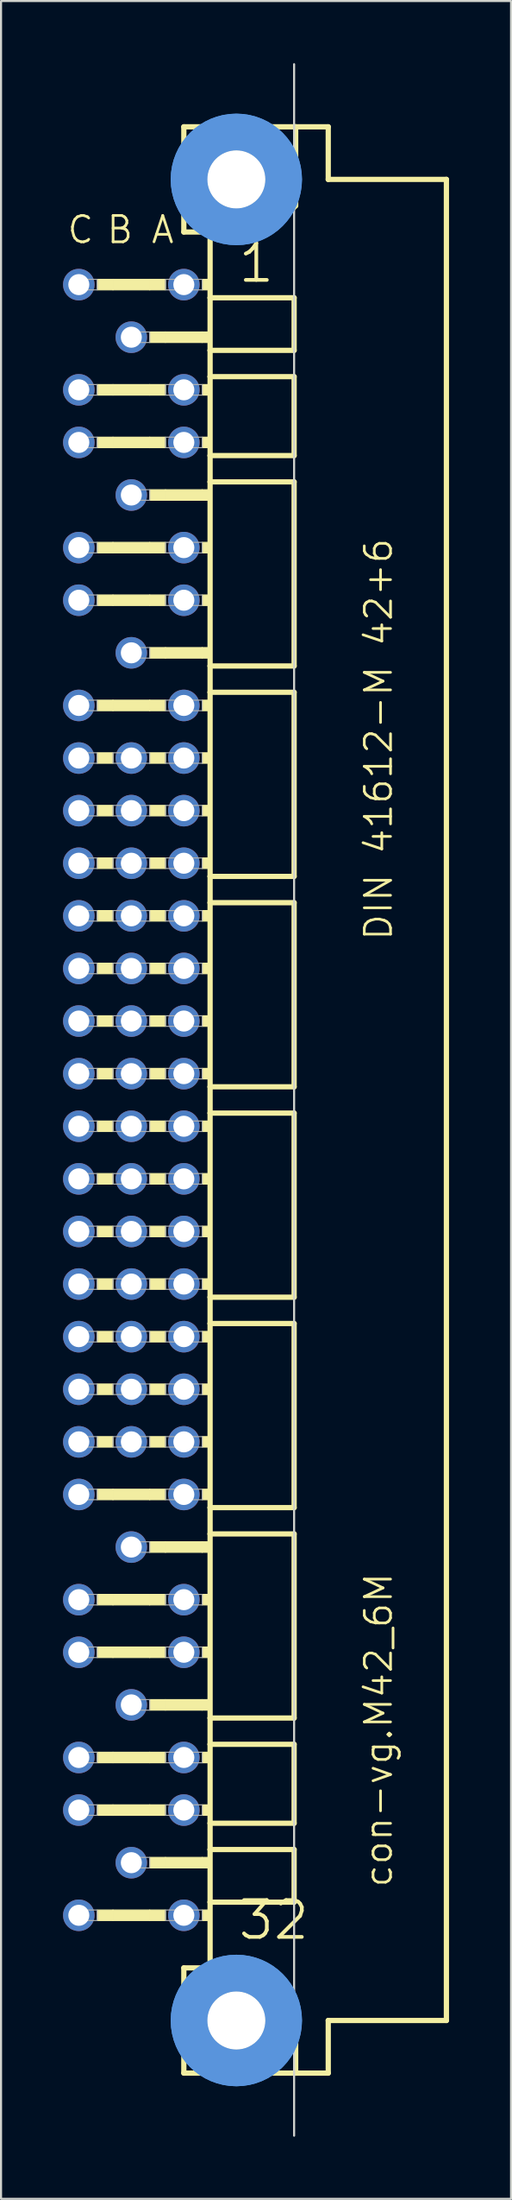
<source format=kicad_pcb>
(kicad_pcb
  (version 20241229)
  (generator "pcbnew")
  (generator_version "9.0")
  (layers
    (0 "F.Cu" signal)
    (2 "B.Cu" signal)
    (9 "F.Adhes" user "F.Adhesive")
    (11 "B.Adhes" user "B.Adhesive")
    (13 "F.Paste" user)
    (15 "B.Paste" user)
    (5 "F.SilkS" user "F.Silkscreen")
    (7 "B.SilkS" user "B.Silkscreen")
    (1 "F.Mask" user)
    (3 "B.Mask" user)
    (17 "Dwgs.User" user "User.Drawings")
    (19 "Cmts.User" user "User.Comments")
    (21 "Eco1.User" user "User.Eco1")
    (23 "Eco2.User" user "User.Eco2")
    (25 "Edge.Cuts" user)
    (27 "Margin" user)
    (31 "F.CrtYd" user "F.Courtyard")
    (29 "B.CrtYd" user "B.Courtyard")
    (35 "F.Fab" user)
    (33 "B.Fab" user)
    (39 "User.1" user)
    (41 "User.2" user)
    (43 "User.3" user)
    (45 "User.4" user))
  (footprint "con-vg.M42_6M"
    (layer "F.Cu")
    (at 8.382 50.063)
    (property "Reference" "con-vg.M42_6M" (at 7.62 38.1 90) (layer "F.SilkS") (effects (font (size 1.27 1.27) (thickness 0.13)) (justify left bottom)))
    (attr through_hole)
    (fp_line (start -2.54 -46.99) (end -2.54 -41.91) (stroke (width 0.254) (type default)) (layer "F.SilkS"))
    (fp_line (start -2.54 -41.91) (end -1.27 -41.91) (stroke (width 0.254) (type default)) (layer "F.SilkS"))
    (fp_line (start -2.54 41.91) (end -2.54 46.99) (stroke (width 0.254) (type default)) (layer "F.SilkS"))
    (fp_line (start -2.54 41.91) (end -1.27 41.91) (stroke (width 0.254) (type default)) (layer "F.SilkS"))
    (fp_line (start -2.54 46.99) (end 2.87 46.99) (stroke (width 0.254) (type default)) (layer "F.SilkS"))
    (fp_line (start -1.27 -41.91) (end -1.27 -38.735) (stroke (width 0.254) (type default)) (layer "F.SilkS"))
    (fp_line (start -1.27 -41.91) (end 1.6 -41.91) (stroke (width 0.254) (type default)) (layer "F.SilkS"))
    (fp_line (start -1.27 -38.735) (end -1.27 -36.195) (stroke (width 0.254) (type default)) (layer "F.SilkS"))
    (fp_line (start -1.27 -36.195) (end -1.27 -34.925) (stroke (width 0.254) (type default)) (layer "F.SilkS"))
    (fp_line (start -1.27 -34.925) (end -1.27 -31.115) (stroke (width 0.254) (type default)) (layer "F.SilkS"))
    (fp_line (start -1.27 -31.115) (end -1.27 -29.845) (stroke (width 0.254) (type default)) (layer "F.SilkS"))
    (fp_line (start -1.27 -29.845) (end -1.27 -20.955) (stroke (width 0.254) (type default)) (layer "F.SilkS"))
    (fp_line (start -1.27 -20.955) (end -1.27 -19.685) (stroke (width 0.254) (type default)) (layer "F.SilkS"))
    (fp_line (start -1.27 -19.685) (end -1.27 -10.795) (stroke (width 0.254) (type default)) (layer "F.SilkS"))
    (fp_line (start -1.27 -10.795) (end -1.27 -9.525) (stroke (width 0.254) (type default)) (layer "F.SilkS"))
    (fp_line (start -1.27 -9.525) (end -1.27 -0.635) (stroke (width 0.254) (type default)) (layer "F.SilkS"))
    (fp_line (start -1.27 -0.635) (end -1.27 0.635) (stroke (width 0.254) (type default)) (layer "F.SilkS"))
    (fp_line (start -1.27 0.635) (end -1.27 9.525) (stroke (width 0.254) (type default)) (layer "F.SilkS"))
    (fp_line (start -1.27 9.525) (end -1.27 10.795) (stroke (width 0.254) (type default)) (layer "F.SilkS"))
    (fp_line (start -1.27 10.795) (end -1.27 19.685) (stroke (width 0.254) (type default)) (layer "F.SilkS"))
    (fp_line (start -1.27 19.685) (end -1.27 20.955) (stroke (width 0.254) (type default)) (layer "F.SilkS"))
    (fp_line (start -1.27 20.955) (end -1.27 29.845) (stroke (width 0.254) (type default)) (layer "F.SilkS"))
    (fp_line (start -1.27 29.845) (end -1.27 31.115) (stroke (width 0.254) (type default)) (layer "F.SilkS"))
    (fp_line (start -1.27 31.115) (end -1.27 34.925) (stroke (width 0.254) (type default)) (layer "F.SilkS"))
    (fp_line (start -1.27 34.925) (end -1.27 36.195) (stroke (width 0.254) (type default)) (layer "F.SilkS"))
    (fp_line (start -1.27 36.195) (end -1.27 38.735) (stroke (width 0.254) (type default)) (layer "F.SilkS"))
    (fp_line (start -1.27 38.735) (end -1.27 41.91) (stroke (width 0.254) (type default)) (layer "F.SilkS"))
    (fp_line (start -1.27 41.91) (end 1.27 41.91) (stroke (width 0.254) (type default)) (layer "F.SilkS"))
    (fp_line (start 1.6 -41.91) (end 2.87 -43.18) (stroke (width 0.254) (type default)) (layer "F.SilkS"))
    (fp_line (start 2.794 -38.735) (end -1.27 -38.735) (stroke (width 0.254) (type default)) (layer "F.SilkS"))
    (fp_line (start 2.794 -38.735) (end 2.794 -36.195) (stroke (width 0.254) (type default)) (layer "F.SilkS"))
    (fp_line (start 2.794 -36.195) (end -1.27 -36.195) (stroke (width 0.254) (type default)) (layer "F.SilkS"))
    (fp_line (start 2.794 -34.925) (end -1.27 -34.925) (stroke (width 0.254) (type default)) (layer "F.SilkS"))
    (fp_line (start 2.794 -34.925) (end 2.794 -31.115) (stroke (width 0.254) (type default)) (layer "F.SilkS"))
    (fp_line (start 2.794 -31.115) (end -1.27 -31.115) (stroke (width 0.254) (type default)) (layer "F.SilkS"))
    (fp_line (start 2.794 -29.845) (end -1.27 -29.845) (stroke (width 0.254) (type default)) (layer "F.SilkS"))
    (fp_line (start 2.794 -29.845) (end 2.794 -20.955) (stroke (width 0.254) (type default)) (layer "F.SilkS"))
    (fp_line (start 2.794 -20.955) (end -1.27 -20.955) (stroke (width 0.254) (type default)) (layer "F.SilkS"))
    (fp_line (start 2.794 -19.685) (end -1.27 -19.685) (stroke (width 0.254) (type default)) (layer "F.SilkS"))
    (fp_line (start 2.794 -19.685) (end 2.794 -10.795) (stroke (width 0.254) (type default)) (layer "F.SilkS"))
    (fp_line (start 2.794 -10.795) (end -1.27 -10.795) (stroke (width 0.254) (type default)) (layer "F.SilkS"))
    (fp_line (start 2.794 -9.525) (end -1.27 -9.525) (stroke (width 0.254) (type default)) (layer "F.SilkS"))
    (fp_line (start 2.794 -9.525) (end 2.794 -0.635) (stroke (width 0.254) (type default)) (layer "F.SilkS"))
    (fp_line (start 2.794 -0.635) (end -1.27 -0.635) (stroke (width 0.254) (type default)) (layer "F.SilkS"))
    (fp_line (start 2.794 0.635) (end -1.27 0.635) (stroke (width 0.254) (type default)) (layer "F.SilkS"))
    (fp_line (start 2.794 0.635) (end 2.794 9.525) (stroke (width 0.254) (type default)) (layer "F.SilkS"))
    (fp_line (start 2.794 9.525) (end -1.27 9.525) (stroke (width 0.254) (type default)) (layer "F.SilkS"))
    (fp_line (start 2.794 10.795) (end -1.27 10.795) (stroke (width 0.254) (type default)) (layer "F.SilkS"))
    (fp_line (start 2.794 10.795) (end 2.794 19.685) (stroke (width 0.254) (type default)) (layer "F.SilkS"))
    (fp_line (start 2.794 19.685) (end -1.27 19.685) (stroke (width 0.254) (type default)) (layer "F.SilkS"))
    (fp_line (start 2.794 20.955) (end -1.27 20.955) (stroke (width 0.254) (type default)) (layer "F.SilkS"))
    (fp_line (start 2.794 20.955) (end 2.794 29.845) (stroke (width 0.254) (type default)) (layer "F.SilkS"))
    (fp_line (start 2.794 29.845) (end -1.27 29.845) (stroke (width 0.254) (type default)) (layer "F.SilkS"))
    (fp_line (start 2.794 31.115) (end -1.27 31.115) (stroke (width 0.254) (type default)) (layer "F.SilkS"))
    (fp_line (start 2.794 31.115) (end 2.794 34.925) (stroke (width 0.254) (type default)) (layer "F.SilkS"))
    (fp_line (start 2.794 34.925) (end -1.27 34.925) (stroke (width 0.254) (type default)) (layer "F.SilkS"))
    (fp_line (start 2.794 36.195) (end -1.27 36.195) (stroke (width 0.254) (type default)) (layer "F.SilkS"))
    (fp_line (start 2.794 36.195) (end 2.794 38.735) (stroke (width 0.254) (type default)) (layer "F.SilkS"))
    (fp_line (start 2.794 38.735) (end -1.27 38.735) (stroke (width 0.254) (type default)) (layer "F.SilkS"))
    (fp_line (start 2.87 -46.99) (end -2.54 -46.99) (stroke (width 0.254) (type default)) (layer "F.SilkS"))
    (fp_line (start 2.87 -43.18) (end 2.87 -46.99) (stroke (width 0.254) (type default)) (layer "F.SilkS"))
    (fp_line (start 2.87 43.51) (end 1.27 41.91) (stroke (width 0.254) (type default)) (layer "F.SilkS"))
    (fp_line (start 2.87 43.51) (end 2.87 46.99) (stroke (width 0.254) (type default)) (layer "F.SilkS"))
    (fp_line (start 2.87 46.99) (end 4.445 46.99) (stroke (width 0.254) (type default)) (layer "F.SilkS"))
    (fp_line (start 4.445 -46.99) (end 2.87 -46.99) (stroke (width 0.254) (type default)) (layer "F.SilkS"))
    (fp_line (start 4.445 -44.45) (end 4.445 -46.99) (stroke (width 0.254) (type default)) (layer "F.SilkS"))
    (fp_line (start 4.445 44.45) (end 10.16 44.45) (stroke (width 0.254) (type default)) (layer "F.SilkS"))
    (fp_line (start 4.445 46.99) (end 4.445 44.45) (stroke (width 0.254) (type default)) (layer "F.SilkS"))
    (fp_line (start 10.16 -44.45) (end 4.445 -44.45) (stroke (width 0.254) (type default)) (layer "F.SilkS"))
    (fp_line (start 10.16 44.45) (end 10.16 -44.45) (stroke (width 0.254) (type default)) (layer "F.SilkS"))
    (fp_rect (start -6.731 -39.116) (end -5.969 -39.624) (stroke (width 0.05) (type default)) (fill yes) (layer "F.SilkS"))
    (fp_rect (start -6.731 -34.036) (end -5.969 -34.544) (stroke (width 0.05) (type default)) (fill yes) (layer "F.SilkS"))
    (fp_rect (start -6.731 -31.496) (end -5.969 -32.004) (stroke (width 0.05) (type default)) (fill yes) (layer "F.SilkS"))
    (fp_rect (start -6.731 -26.416) (end -5.969 -26.924) (stroke (width 0.05) (type default)) (fill yes) (layer "F.SilkS"))
    (fp_rect (start -6.731 -23.876) (end -5.969 -24.384) (stroke (width 0.05) (type default)) (fill yes) (layer "F.SilkS"))
    (fp_rect (start -6.731 -18.796) (end -5.969 -19.304) (stroke (width 0.05) (type default)) (fill yes) (layer "F.SilkS"))
    (fp_rect (start -6.731 -16.256) (end -5.969 -16.764) (stroke (width 0.05) (type default)) (fill yes) (layer "F.SilkS"))
    (fp_rect (start -6.731 -13.716) (end -5.969 -14.224) (stroke (width 0.05) (type default)) (fill yes) (layer "F.SilkS"))
    (fp_rect (start -6.731 -11.176) (end -5.969 -11.684) (stroke (width 0.05) (type default)) (fill yes) (layer "F.SilkS"))
    (fp_rect (start -6.731 -8.636) (end -5.969 -9.144) (stroke (width 0.05) (type default)) (fill yes) (layer "F.SilkS"))
    (fp_rect (start -6.731 -6.096) (end -5.969 -6.604) (stroke (width 0.05) (type default)) (fill yes) (layer "F.SilkS"))
    (fp_rect (start -6.731 -3.556) (end -5.969 -4.064) (stroke (width 0.05) (type default)) (fill yes) (layer "F.SilkS"))
    (fp_rect (start -6.731 -1.016) (end -5.969 -1.524) (stroke (width 0.05) (type default)) (fill yes) (layer "F.SilkS"))
    (fp_rect (start -6.731 1.524) (end -5.969 1.016) (stroke (width 0.05) (type default)) (fill yes) (layer "F.SilkS"))
    (fp_rect (start -6.731 4.064) (end -5.969 3.556) (stroke (width 0.05) (type default)) (fill yes) (layer "F.SilkS"))
    (fp_rect (start -6.731 6.604) (end -5.969 6.096) (stroke (width 0.05) (type default)) (fill yes) (layer "F.SilkS"))
    (fp_rect (start -6.731 9.144) (end -5.969 8.636) (stroke (width 0.05) (type default)) (fill yes) (layer "F.SilkS"))
    (fp_rect (start -6.731 11.684) (end -5.969 11.176) (stroke (width 0.05) (type default)) (fill yes) (layer "F.SilkS"))
    (fp_rect (start -6.731 14.224) (end -5.969 13.716) (stroke (width 0.05) (type default)) (fill yes) (layer "F.SilkS"))
    (fp_rect (start -6.731 16.764) (end -5.969 16.256) (stroke (width 0.05) (type default)) (fill yes) (layer "F.SilkS"))
    (fp_rect (start -6.731 19.304) (end -5.969 18.796) (stroke (width 0.05) (type default)) (fill yes) (layer "F.SilkS"))
    (fp_rect (start -6.731 24.384) (end -5.969 23.876) (stroke (width 0.05) (type default)) (fill yes) (layer "F.SilkS"))
    (fp_rect (start -6.731 26.924) (end -5.969 26.416) (stroke (width 0.05) (type default)) (fill yes) (layer "F.SilkS"))
    (fp_rect (start -6.731 32.004) (end -5.969 31.496) (stroke (width 0.05) (type default)) (fill yes) (layer "F.SilkS"))
    (fp_rect (start -6.731 34.544) (end -5.969 34.036) (stroke (width 0.05) (type default)) (fill yes) (layer "F.SilkS"))
    (fp_rect (start -6.731 39.624) (end -5.969 39.116) (stroke (width 0.05) (type default)) (fill yes) (layer "F.SilkS"))
    (fp_rect (start -5.969 -39.116) (end -4.191 -39.624) (stroke (width 0.05) (type default)) (fill yes) (layer "F.SilkS"))
    (fp_rect (start -5.969 -34.036) (end -4.191 -34.544) (stroke (width 0.05) (type default)) (fill yes) (layer "F.SilkS"))
    (fp_rect (start -5.969 -31.496) (end -4.191 -32.004) (stroke (width 0.05) (type default)) (fill yes) (layer "F.SilkS"))
    (fp_rect (start -5.969 -26.416) (end -4.191 -26.924) (stroke (width 0.05) (type default)) (fill yes) (layer "F.SilkS"))
    (fp_rect (start -5.969 -23.876) (end -4.191 -24.384) (stroke (width 0.05) (type default)) (fill yes) (layer "F.SilkS"))
    (fp_rect (start -5.969 -18.796) (end -4.191 -19.304) (stroke (width 0.05) (type default)) (fill yes) (layer "F.SilkS"))
    (fp_rect (start -5.969 19.304) (end -4.191 18.796) (stroke (width 0.05) (type default)) (fill yes) (layer "F.SilkS"))
    (fp_rect (start -5.969 24.384) (end -4.191 23.876) (stroke (width 0.05) (type default)) (fill yes) (layer "F.SilkS"))
    (fp_rect (start -5.969 26.924) (end -4.191 26.416) (stroke (width 0.05) (type default)) (fill yes) (layer "F.SilkS"))
    (fp_rect (start -5.969 32.004) (end -4.191 31.496) (stroke (width 0.05) (type default)) (fill yes) (layer "F.SilkS"))
    (fp_rect (start -5.969 34.544) (end -4.191 34.036) (stroke (width 0.05) (type default)) (fill yes) (layer "F.SilkS"))
    (fp_rect (start -5.969 39.624) (end -4.191 39.116) (stroke (width 0.05) (type default)) (fill yes) (layer "F.SilkS"))
    (fp_rect (start -4.191 -39.116) (end -3.429 -39.624) (stroke (width 0.05) (type default)) (fill yes) (layer "F.SilkS"))
    (fp_rect (start -4.191 -36.576) (end -3.429 -37.084) (stroke (width 0.05) (type default)) (fill yes) (layer "F.SilkS"))
    (fp_rect (start -4.191 -34.036) (end -3.429 -34.544) (stroke (width 0.05) (type default)) (fill yes) (layer "F.SilkS"))
    (fp_rect (start -4.191 -31.496) (end -3.429 -32.004) (stroke (width 0.05) (type default)) (fill yes) (layer "F.SilkS"))
    (fp_rect (start -4.191 -28.956) (end -3.429 -29.464) (stroke (width 0.05) (type default)) (fill yes) (layer "F.SilkS"))
    (fp_rect (start -4.191 -26.416) (end -3.429 -26.924) (stroke (width 0.05) (type default)) (fill yes) (layer "F.SilkS"))
    (fp_rect (start -4.191 -23.876) (end -3.429 -24.384) (stroke (width 0.05) (type default)) (fill yes) (layer "F.SilkS"))
    (fp_rect (start -4.191 -21.336) (end -3.429 -21.844) (stroke (width 0.05) (type default)) (fill yes) (layer "F.SilkS"))
    (fp_rect (start -4.191 -18.796) (end -3.429 -19.304) (stroke (width 0.05) (type default)) (fill yes) (layer "F.SilkS"))
    (fp_rect (start -4.191 -16.256) (end -3.429 -16.764) (stroke (width 0.05) (type default)) (fill yes) (layer "F.SilkS"))
    (fp_rect (start -4.191 -13.716) (end -3.429 -14.224) (stroke (width 0.05) (type default)) (fill yes) (layer "F.SilkS"))
    (fp_rect (start -4.191 -11.176) (end -3.429 -11.684) (stroke (width 0.05) (type default)) (fill yes) (layer "F.SilkS"))
    (fp_rect (start -4.191 -8.636) (end -3.429 -9.144) (stroke (width 0.05) (type default)) (fill yes) (layer "F.SilkS"))
    (fp_rect (start -4.191 -6.096) (end -3.429 -6.604) (stroke (width 0.05) (type default)) (fill yes) (layer "F.SilkS"))
    (fp_rect (start -4.191 -3.556) (end -3.429 -4.064) (stroke (width 0.05) (type default)) (fill yes) (layer "F.SilkS"))
    (fp_rect (start -4.191 -1.016) (end -3.429 -1.524) (stroke (width 0.05) (type default)) (fill yes) (layer "F.SilkS"))
    (fp_rect (start -4.191 1.524) (end -3.429 1.016) (stroke (width 0.05) (type default)) (fill yes) (layer "F.SilkS"))
    (fp_rect (start -4.191 4.064) (end -3.429 3.556) (stroke (width 0.05) (type default)) (fill yes) (layer "F.SilkS"))
    (fp_rect (start -4.191 6.604) (end -3.429 6.096) (stroke (width 0.05) (type default)) (fill yes) (layer "F.SilkS"))
    (fp_rect (start -4.191 9.144) (end -3.429 8.636) (stroke (width 0.05) (type default)) (fill yes) (layer "F.SilkS"))
    (fp_rect (start -4.191 11.684) (end -3.429 11.176) (stroke (width 0.05) (type default)) (fill yes) (layer "F.SilkS"))
    (fp_rect (start -4.191 14.224) (end -3.429 13.716) (stroke (width 0.05) (type default)) (fill yes) (layer "F.SilkS"))
    (fp_rect (start -4.191 16.764) (end -3.429 16.256) (stroke (width 0.05) (type default)) (fill yes) (layer "F.SilkS"))
    (fp_rect (start -4.191 19.304) (end -3.429 18.796) (stroke (width 0.05) (type default)) (fill yes) (layer "F.SilkS"))
    (fp_rect (start -4.191 21.844) (end -3.429 21.336) (stroke (width 0.05) (type default)) (fill yes) (layer "F.SilkS"))
    (fp_rect (start -4.191 24.384) (end -3.429 23.876) (stroke (width 0.05) (type default)) (fill yes) (layer "F.SilkS"))
    (fp_rect (start -4.191 26.924) (end -3.429 26.416) (stroke (width 0.05) (type default)) (fill yes) (layer "F.SilkS"))
    (fp_rect (start -4.191 29.464) (end -3.429 28.956) (stroke (width 0.05) (type default)) (fill yes) (layer "F.SilkS"))
    (fp_rect (start -4.191 32.004) (end -3.429 31.496) (stroke (width 0.05) (type default)) (fill yes) (layer "F.SilkS"))
    (fp_rect (start -4.191 34.544) (end -3.429 34.036) (stroke (width 0.05) (type default)) (fill yes) (layer "F.SilkS"))
    (fp_rect (start -4.191 37.084) (end -3.429 36.576) (stroke (width 0.05) (type default)) (fill yes) (layer "F.SilkS"))
    (fp_rect (start -4.191 39.624) (end -3.429 39.116) (stroke (width 0.05) (type default)) (fill yes) (layer "F.SilkS"))
    (fp_rect (start -3.429 -36.576) (end -1.651 -37.084) (stroke (width 0.05) (type default)) (fill yes) (layer "F.SilkS"))
    (fp_rect (start -3.429 -28.956) (end -1.651 -29.464) (stroke (width 0.05) (type default)) (fill yes) (layer "F.SilkS"))
    (fp_rect (start -3.429 -21.336) (end -1.651 -21.844) (stroke (width 0.05) (type default)) (fill yes) (layer "F.SilkS"))
    (fp_rect (start -3.429 21.844) (end -1.651 21.336) (stroke (width 0.05) (type default)) (fill yes) (layer "F.SilkS"))
    (fp_rect (start -3.429 29.464) (end -1.651 28.956) (stroke (width 0.05) (type default)) (fill yes) (layer "F.SilkS"))
    (fp_rect (start -3.429 37.084) (end -1.651 36.576) (stroke (width 0.05) (type default)) (fill yes) (layer "F.SilkS"))
    (fp_rect (start -1.651 -39.116) (end -1.27 -39.624) (stroke (width 0.05) (type default)) (fill yes) (layer "F.SilkS"))
    (fp_rect (start -1.651 -36.576) (end -1.27 -37.084) (stroke (width 0.05) (type default)) (fill yes) (layer "F.SilkS"))
    (fp_rect (start -1.651 -34.036) (end -1.27 -34.544) (stroke (width 0.05) (type default)) (fill yes) (layer "F.SilkS"))
    (fp_rect (start -1.651 -31.496) (end -1.27 -32.004) (stroke (width 0.05) (type default)) (fill yes) (layer "F.SilkS"))
    (fp_rect (start -1.651 -28.956) (end -1.27 -29.464) (stroke (width 0.05) (type default)) (fill yes) (layer "F.SilkS"))
    (fp_rect (start -1.651 -26.416) (end -1.27 -26.924) (stroke (width 0.05) (type default)) (fill yes) (layer "F.SilkS"))
    (fp_rect (start -1.651 -23.876) (end -1.27 -24.384) (stroke (width 0.05) (type default)) (fill yes) (layer "F.SilkS"))
    (fp_rect (start -1.651 -21.336) (end -1.27 -21.844) (stroke (width 0.05) (type default)) (fill yes) (layer "F.SilkS"))
    (fp_rect (start -1.651 -18.796) (end -1.27 -19.304) (stroke (width 0.05) (type default)) (fill yes) (layer "F.SilkS"))
    (fp_rect (start -1.651 -16.256) (end -1.27 -16.764) (stroke (width 0.05) (type default)) (fill yes) (layer "F.SilkS"))
    (fp_rect (start -1.651 -13.716) (end -1.27 -14.224) (stroke (width 0.05) (type default)) (fill yes) (layer "F.SilkS"))
    (fp_rect (start -1.651 -11.176) (end -1.27 -11.684) (stroke (width 0.05) (type default)) (fill yes) (layer "F.SilkS"))
    (fp_rect (start -1.651 -8.636) (end -1.27 -9.144) (stroke (width 0.05) (type default)) (fill yes) (layer "F.SilkS"))
    (fp_rect (start -1.651 -6.096) (end -1.27 -6.604) (stroke (width 0.05) (type default)) (fill yes) (layer "F.SilkS"))
    (fp_rect (start -1.651 -3.556) (end -1.27 -4.064) (stroke (width 0.05) (type default)) (fill yes) (layer "F.SilkS"))
    (fp_rect (start -1.651 -1.016) (end -1.27 -1.524) (stroke (width 0.05) (type default)) (fill yes) (layer "F.SilkS"))
    (fp_rect (start -1.651 1.524) (end -1.27 1.016) (stroke (width 0.05) (type default)) (fill yes) (layer "F.SilkS"))
    (fp_rect (start -1.651 4.064) (end -1.27 3.556) (stroke (width 0.05) (type default)) (fill yes) (layer "F.SilkS"))
    (fp_rect (start -1.651 6.604) (end -1.27 6.096) (stroke (width 0.05) (type default)) (fill yes) (layer "F.SilkS"))
    (fp_rect (start -1.651 9.144) (end -1.27 8.636) (stroke (width 0.05) (type default)) (fill yes) (layer "F.SilkS"))
    (fp_rect (start -1.651 11.684) (end -1.27 11.176) (stroke (width 0.05) (type default)) (fill yes) (layer "F.SilkS"))
    (fp_rect (start -1.651 14.224) (end -1.27 13.716) (stroke (width 0.05) (type default)) (fill yes) (layer "F.SilkS"))
    (fp_rect (start -1.651 16.764) (end -1.27 16.256) (stroke (width 0.05) (type default)) (fill yes) (layer "F.SilkS"))
    (fp_rect (start -1.651 19.304) (end -1.27 18.796) (stroke (width 0.05) (type default)) (fill yes) (layer "F.SilkS"))
    (fp_rect (start -1.651 21.844) (end -1.27 21.336) (stroke (width 0.05) (type default)) (fill yes) (layer "F.SilkS"))
    (fp_rect (start -1.651 24.384) (end -1.27 23.876) (stroke (width 0.05) (type default)) (fill yes) (layer "F.SilkS"))
    (fp_rect (start -1.651 26.924) (end -1.27 26.416) (stroke (width 0.05) (type default)) (fill yes) (layer "F.SilkS"))
    (fp_rect (start -1.651 29.464) (end -1.27 28.956) (stroke (width 0.05) (type default)) (fill yes) (layer "F.SilkS"))
    (fp_rect (start -1.651 32.004) (end -1.27 31.496) (stroke (width 0.05) (type default)) (fill yes) (layer "F.SilkS"))
    (fp_rect (start -1.651 34.544) (end -1.27 34.036) (stroke (width 0.05) (type default)) (fill yes) (layer "F.SilkS"))
    (fp_rect (start -1.651 37.084) (end -1.27 36.576) (stroke (width 0.05) (type default)) (fill yes) (layer "F.SilkS"))
    (fp_rect (start -1.651 39.624) (end -1.27 39.116) (stroke (width 0.05) (type default)) (fill yes) (layer "F.SilkS"))
    (fp_circle (center 0 -44.45) (end 1.27 -44.45) (stroke (width 0.254) (type default)) (fill no) (layer "F.SilkS"))
    (fp_circle (center 0 44.45) (end 1.27 44.45) (stroke (width 0.254) (type default)) (fill no) (layer "F.SilkS"))
    (fp_circle (center 0 -44.45) (end 2.286 -44.45) (stroke (width 1.778) (type default)) (fill no) (layer "Cmts.User"))
    (fp_circle (center 0 -44.45) (end 2.286 -44.45) (stroke (width 1.778) (type default)) (fill no) (layer "Cmts.User"))
    (fp_circle (center 0 44.45) (end 2.286 44.45) (stroke (width 1.778) (type default)) (fill no) (layer "Cmts.User"))
    (fp_circle (center 0 44.45) (end 2.286 44.45) (stroke (width 1.778) (type default)) (fill no) (layer "Cmts.User"))
    (fp_line (start 2.794 50.013) (end 2.794 -50.013) (stroke (width 0.1) (type default)) (layer "Edge.Cuts"))
    (fp_rect (start -7.874 -39.116) (end -6.731 -39.624) (stroke (width 0.05) (type default)) (fill no) (layer "F.Fab"))
    (fp_rect (start -7.874 -34.036) (end -6.731 -34.544) (stroke (width 0.05) (type default)) (fill no) (layer "F.Fab"))
    (fp_rect (start -7.874 -31.496) (end -6.731 -32.004) (stroke (width 0.05) (type default)) (fill no) (layer "F.Fab"))
    (fp_rect (start -7.874 -26.416) (end -6.731 -26.924) (stroke (width 0.05) (type default)) (fill no) (layer "F.Fab"))
    (fp_rect (start -7.874 -23.876) (end -6.731 -24.384) (stroke (width 0.05) (type default)) (fill no) (layer "F.Fab"))
    (fp_rect (start -7.874 -18.796) (end -6.731 -19.304) (stroke (width 0.05) (type default)) (fill no) (layer "F.Fab"))
    (fp_rect (start -7.874 -16.256) (end -6.731 -16.764) (stroke (width 0.05) (type default)) (fill no) (layer "F.Fab"))
    (fp_rect (start -7.874 -13.716) (end -6.731 -14.224) (stroke (width 0.05) (type default)) (fill no) (layer "F.Fab"))
    (fp_rect (start -7.874 -11.176) (end -6.731 -11.684) (stroke (width 0.05) (type default)) (fill no) (layer "F.Fab"))
    (fp_rect (start -7.874 -8.636) (end -6.731 -9.144) (stroke (width 0.05) (type default)) (fill no) (layer "F.Fab"))
    (fp_rect (start -7.874 -6.096) (end -6.731 -6.604) (stroke (width 0.05) (type default)) (fill no) (layer "F.Fab"))
    (fp_rect (start -7.874 -3.556) (end -6.731 -4.064) (stroke (width 0.05) (type default)) (fill no) (layer "F.Fab"))
    (fp_rect (start -7.874 -1.016) (end -6.731 -1.524) (stroke (width 0.05) (type default)) (fill no) (layer "F.Fab"))
    (fp_rect (start -7.874 1.524) (end -6.731 1.016) (stroke (width 0.05) (type default)) (fill no) (layer "F.Fab"))
    (fp_rect (start -7.874 4.064) (end -6.731 3.556) (stroke (width 0.05) (type default)) (fill no) (layer "F.Fab"))
    (fp_rect (start -7.874 6.604) (end -6.731 6.096) (stroke (width 0.05) (type default)) (fill no) (layer "F.Fab"))
    (fp_rect (start -7.874 9.144) (end -6.731 8.636) (stroke (width 0.05) (type default)) (fill no) (layer "F.Fab"))
    (fp_rect (start -7.874 11.684) (end -6.731 11.176) (stroke (width 0.05) (type default)) (fill no) (layer "F.Fab"))
    (fp_rect (start -7.874 14.224) (end -6.731 13.716) (stroke (width 0.05) (type default)) (fill no) (layer "F.Fab"))
    (fp_rect (start -7.874 16.764) (end -6.731 16.256) (stroke (width 0.05) (type default)) (fill no) (layer "F.Fab"))
    (fp_rect (start -7.874 19.304) (end -6.731 18.796) (stroke (width 0.05) (type default)) (fill no) (layer "F.Fab"))
    (fp_rect (start -7.874 24.384) (end -6.731 23.876) (stroke (width 0.05) (type default)) (fill no) (layer "F.Fab"))
    (fp_rect (start -7.874 26.924) (end -6.731 26.416) (stroke (width 0.05) (type default)) (fill no) (layer "F.Fab"))
    (fp_rect (start -7.874 32.004) (end -6.731 31.496) (stroke (width 0.05) (type default)) (fill no) (layer "F.Fab"))
    (fp_rect (start -7.874 34.544) (end -6.731 34.036) (stroke (width 0.05) (type default)) (fill no) (layer "F.Fab"))
    (fp_rect (start -7.874 39.624) (end -6.731 39.116) (stroke (width 0.05) (type default)) (fill no) (layer "F.Fab"))
    (fp_rect (start -5.969 -16.256) (end -4.191 -16.764) (stroke (width 0.05) (type default)) (fill no) (layer "F.Fab"))
    (fp_rect (start -5.969 -13.716) (end -4.191 -14.224) (stroke (width 0.05) (type default)) (fill no) (layer "F.Fab"))
    (fp_rect (start -5.969 -11.176) (end -4.191 -11.684) (stroke (width 0.05) (type default)) (fill no) (layer "F.Fab"))
    (fp_rect (start -5.969 -8.636) (end -4.191 -9.144) (stroke (width 0.05) (type default)) (fill no) (layer "F.Fab"))
    (fp_rect (start -5.969 -6.096) (end -4.191 -6.604) (stroke (width 0.05) (type default)) (fill no) (layer "F.Fab"))
    (fp_rect (start -5.969 -3.556) (end -4.191 -4.064) (stroke (width 0.05) (type default)) (fill no) (layer "F.Fab"))
    (fp_rect (start -5.969 -1.016) (end -4.191 -1.524) (stroke (width 0.05) (type default)) (fill no) (layer "F.Fab"))
    (fp_rect (start -5.969 1.524) (end -4.191 1.016) (stroke (width 0.05) (type default)) (fill no) (layer "F.Fab"))
    (fp_rect (start -5.969 4.064) (end -4.191 3.556) (stroke (width 0.05) (type default)) (fill no) (layer "F.Fab"))
    (fp_rect (start -5.969 6.604) (end -4.191 6.096) (stroke (width 0.05) (type default)) (fill no) (layer "F.Fab"))
    (fp_rect (start -5.969 9.144) (end -4.191 8.636) (stroke (width 0.05) (type default)) (fill no) (layer "F.Fab"))
    (fp_rect (start -5.969 11.684) (end -4.191 11.176) (stroke (width 0.05) (type default)) (fill no) (layer "F.Fab"))
    (fp_rect (start -5.969 14.224) (end -4.191 13.716) (stroke (width 0.05) (type default)) (fill no) (layer "F.Fab"))
    (fp_rect (start -5.969 16.764) (end -4.191 16.256) (stroke (width 0.05) (type default)) (fill no) (layer "F.Fab"))
    (fp_rect (start -5.334 -36.576) (end -4.191 -37.084) (stroke (width 0.05) (type default)) (fill no) (layer "F.Fab"))
    (fp_rect (start -5.334 -28.956) (end -4.191 -29.464) (stroke (width 0.05) (type default)) (fill no) (layer "F.Fab"))
    (fp_rect (start -5.334 -21.336) (end -4.191 -21.844) (stroke (width 0.05) (type default)) (fill no) (layer "F.Fab"))
    (fp_rect (start -5.334 21.844) (end -4.191 21.336) (stroke (width 0.05) (type default)) (fill no) (layer "F.Fab"))
    (fp_rect (start -5.334 29.464) (end -4.191 28.956) (stroke (width 0.05) (type default)) (fill no) (layer "F.Fab"))
    (fp_rect (start -5.334 37.084) (end -4.191 36.576) (stroke (width 0.05) (type default)) (fill no) (layer "F.Fab"))
    (fp_rect (start -3.429 -39.116) (end -1.651 -39.624) (stroke (width 0.05) (type default)) (fill no) (layer "F.Fab"))
    (fp_rect (start -3.429 -34.036) (end -1.651 -34.544) (stroke (width 0.05) (type default)) (fill no) (layer "F.Fab"))
    (fp_rect (start -3.429 -31.496) (end -1.651 -32.004) (stroke (width 0.05) (type default)) (fill no) (layer "F.Fab"))
    (fp_rect (start -3.429 -26.416) (end -1.651 -26.924) (stroke (width 0.05) (type default)) (fill no) (layer "F.Fab"))
    (fp_rect (start -3.429 -23.876) (end -1.651 -24.384) (stroke (width 0.05) (type default)) (fill no) (layer "F.Fab"))
    (fp_rect (start -3.429 -18.796) (end -1.651 -19.304) (stroke (width 0.05) (type default)) (fill no) (layer "F.Fab"))
    (fp_rect (start -3.429 -16.256) (end -1.651 -16.764) (stroke (width 0.05) (type default)) (fill no) (layer "F.Fab"))
    (fp_rect (start -3.429 -13.716) (end -1.651 -14.224) (stroke (width 0.05) (type default)) (fill no) (layer "F.Fab"))
    (fp_rect (start -3.429 -11.176) (end -1.651 -11.684) (stroke (width 0.05) (type default)) (fill no) (layer "F.Fab"))
    (fp_rect (start -3.429 -8.636) (end -1.651 -9.144) (stroke (width 0.05) (type default)) (fill no) (layer "F.Fab"))
    (fp_rect (start -3.429 -6.096) (end -1.651 -6.604) (stroke (width 0.05) (type default)) (fill no) (layer "F.Fab"))
    (fp_rect (start -3.429 -3.556) (end -1.651 -4.064) (stroke (width 0.05) (type default)) (fill no) (layer "F.Fab"))
    (fp_rect (start -3.429 -1.016) (end -1.651 -1.524) (stroke (width 0.05) (type default)) (fill no) (layer "F.Fab"))
    (fp_rect (start -3.429 1.524) (end -1.651 1.016) (stroke (width 0.05) (type default)) (fill no) (layer "F.Fab"))
    (fp_rect (start -3.429 4.064) (end -1.651 3.556) (stroke (width 0.05) (type default)) (fill no) (layer "F.Fab"))
    (fp_rect (start -3.429 6.604) (end -1.651 6.096) (stroke (width 0.05) (type default)) (fill no) (layer "F.Fab"))
    (fp_rect (start -3.429 9.144) (end -1.651 8.636) (stroke (width 0.05) (type default)) (fill no) (layer "F.Fab"))
    (fp_rect (start -3.429 11.684) (end -1.651 11.176) (stroke (width 0.05) (type default)) (fill no) (layer "F.Fab"))
    (fp_rect (start -3.429 14.224) (end -1.651 13.716) (stroke (width 0.05) (type default)) (fill no) (layer "F.Fab"))
    (fp_rect (start -3.429 16.764) (end -1.651 16.256) (stroke (width 0.05) (type default)) (fill no) (layer "F.Fab"))
    (fp_rect (start -3.429 19.304) (end -1.651 18.796) (stroke (width 0.05) (type default)) (fill no) (layer "F.Fab"))
    (fp_rect (start -3.429 24.384) (end -1.651 23.876) (stroke (width 0.05) (type default)) (fill no) (layer "F.Fab"))
    (fp_rect (start -3.429 26.924) (end -1.651 26.416) (stroke (width 0.05) (type default)) (fill no) (layer "F.Fab"))
    (fp_rect (start -3.429 32.004) (end -1.651 31.496) (stroke (width 0.05) (type default)) (fill no) (layer "F.Fab"))
    (fp_rect (start -3.429 34.544) (end -1.651 34.036) (stroke (width 0.05) (type default)) (fill no) (layer "F.Fab"))
    (fp_rect (start -3.429 39.624) (end -1.651 39.116) (stroke (width 0.05) (type default)) (fill no) (layer "F.Fab"))
    (fp_text user "DIN 41612-M 42+6" (at 7.62 -7.62 90) (layer "F.SilkS") (effects (font (size 1.27 1.27) (thickness 0.13)) (justify left bottom)))
    (fp_text user "1" (at 0 -39.37 0) (layer "F.SilkS") (effects (font (size 1.778 1.778) (thickness 0.18)) (justify left bottom)))
    (fp_text user "C" (at -8.255 -41.275 0) (layer "F.SilkS") (effects (font (size 1.27 1.27) (thickness 0.13)) (justify left bottom)))
    (fp_text user "A" (at -4.191 -41.275 0) (layer "F.SilkS") (effects (font (size 1.27 1.27) (thickness 0.13)) (justify left bottom)))
    (fp_text user "B" (at -6.35 -41.275 0) (layer "F.SilkS") (effects (font (size 1.27 1.27) (thickness 0.13)) (justify left bottom)))
    (fp_text user "32" (at 0 40.64 0) (layer "F.SilkS") (effects (font (size 1.778 1.778) (thickness 0.18)) (justify left bottom)))
    (pad "" np_thru_hole circle (at 0 -44.45) (size 2.8 2.8) (drill 2.8) (layers "*.Cu" "*.Mask"))
    (pad "" np_thru_hole circle (at 0 44.45) (size 2.8 2.8) (drill 2.8) (layers "*.Cu" "*.Mask"))
    (pad "A1" thru_hole circle (at -2.54 -39.37) (size 1.524 1.524) (drill 1.016) (layers "*.Cu" "*.Mask"))
    (pad "A3" thru_hole circle (at -2.54 -34.29) (size 1.524 1.524) (drill 1.016) (layers "*.Cu" "*.Mask"))
    (pad "A4" thru_hole circle (at -2.54 -31.75) (size 1.524 1.524) (drill 1.016) (layers "*.Cu" "*.Mask"))
    (pad "A6" thru_hole circle (at -2.54 -26.67) (size 1.524 1.524) (drill 1.016) (layers "*.Cu" "*.Mask"))
    (pad "A7" thru_hole circle (at -2.54 -24.13) (size 1.524 1.524) (drill 1.016) (layers "*.Cu" "*.Mask"))
    (pad "A9" thru_hole circle (at -2.54 -19.05) (size 1.524 1.524) (drill 1.016) (layers "*.Cu" "*.Mask"))
    (pad "A10" thru_hole circle (at -2.54 -16.51) (size 1.524 1.524) (drill 1.016) (layers "*.Cu" "*.Mask"))
    (pad "A11" thru_hole circle (at -2.54 -13.97) (size 1.524 1.524) (drill 1.016) (layers "*.Cu" "*.Mask"))
    (pad "A12" thru_hole circle (at -2.54 -11.43) (size 1.524 1.524) (drill 1.016) (layers "*.Cu" "*.Mask"))
    (pad "A13" thru_hole circle (at -2.54 -8.89) (size 1.524 1.524) (drill 1.016) (layers "*.Cu" "*.Mask"))
    (pad "A14" thru_hole circle (at -2.54 -6.35) (size 1.524 1.524) (drill 1.016) (layers "*.Cu" "*.Mask"))
    (pad "A15" thru_hole circle (at -2.54 -3.81) (size 1.524 1.524) (drill 1.016) (layers "*.Cu" "*.Mask"))
    (pad "A16" thru_hole circle (at -2.54 -1.27) (size 1.524 1.524) (drill 1.016) (layers "*.Cu" "*.Mask"))
    (pad "A17" thru_hole circle (at -2.54 1.27) (size 1.524 1.524) (drill 1.016) (layers "*.Cu" "*.Mask"))
    (pad "A18" thru_hole circle (at -2.54 3.81) (size 1.524 1.524) (drill 1.016) (layers "*.Cu" "*.Mask"))
    (pad "A19" thru_hole circle (at -2.54 6.35) (size 1.524 1.524) (drill 1.016) (layers "*.Cu" "*.Mask"))
    (pad "A20" thru_hole circle (at -2.54 8.89) (size 1.524 1.524) (drill 1.016) (layers "*.Cu" "*.Mask"))
    (pad "A21" thru_hole circle (at -2.54 11.43) (size 1.524 1.524) (drill 1.016) (layers "*.Cu" "*.Mask"))
    (pad "A22" thru_hole circle (at -2.54 13.97) (size 1.524 1.524) (drill 1.016) (layers "*.Cu" "*.Mask"))
    (pad "A23" thru_hole circle (at -2.54 16.51) (size 1.524 1.524) (drill 1.016) (layers "*.Cu" "*.Mask"))
    (pad "A24" thru_hole circle (at -2.54 19.05) (size 1.524 1.524) (drill 1.016) (layers "*.Cu" "*.Mask"))
    (pad "A26" thru_hole circle (at -2.54 24.13) (size 1.524 1.524) (drill 1.016) (layers "*.Cu" "*.Mask"))
    (pad "A27" thru_hole circle (at -2.54 26.67) (size 1.524 1.524) (drill 1.016) (layers "*.Cu" "*.Mask"))
    (pad "A29" thru_hole circle (at -2.54 31.75) (size 1.524 1.524) (drill 1.016) (layers "*.Cu" "*.Mask"))
    (pad "A30" thru_hole circle (at -2.54 34.29) (size 1.524 1.524) (drill 1.016) (layers "*.Cu" "*.Mask"))
    (pad "A32" thru_hole circle (at -2.54 39.37) (size 1.524 1.524) (drill 1.016) (layers "*.Cu" "*.Mask"))
    (pad "B2" thru_hole circle (at -5.08 -36.83) (size 1.524 1.524) (drill 1.016) (layers "*.Cu" "*.Mask"))
    (pad "B5" thru_hole circle (at -5.08 -29.21) (size 1.524 1.524) (drill 1.016) (layers "*.Cu" "*.Mask"))
    (pad "B8" thru_hole circle (at -5.08 -21.59) (size 1.524 1.524) (drill 1.016) (layers "*.Cu" "*.Mask"))
    (pad "B10" thru_hole circle (at -5.08 -16.51) (size 1.524 1.524) (drill 1.016) (layers "*.Cu" "*.Mask"))
    (pad "B11" thru_hole circle (at -5.08 -13.97) (size 1.524 1.524) (drill 1.016) (layers "*.Cu" "*.Mask"))
    (pad "B12" thru_hole circle (at -5.08 -11.43) (size 1.524 1.524) (drill 1.016) (layers "*.Cu" "*.Mask"))
    (pad "B13" thru_hole circle (at -5.08 -8.89) (size 1.524 1.524) (drill 1.016) (layers "*.Cu" "*.Mask"))
    (pad "B14" thru_hole circle (at -5.08 -6.35) (size 1.524 1.524) (drill 1.016) (layers "*.Cu" "*.Mask"))
    (pad "B15" thru_hole circle (at -5.08 -3.81) (size 1.524 1.524) (drill 1.016) (layers "*.Cu" "*.Mask"))
    (pad "B16" thru_hole circle (at -5.08 -1.27) (size 1.524 1.524) (drill 1.016) (layers "*.Cu" "*.Mask"))
    (pad "B17" thru_hole circle (at -5.08 1.27) (size 1.524 1.524) (drill 1.016) (layers "*.Cu" "*.Mask"))
    (pad "B18" thru_hole circle (at -5.08 3.81) (size 1.524 1.524) (drill 1.016) (layers "*.Cu" "*.Mask"))
    (pad "B19" thru_hole circle (at -5.08 6.35) (size 1.524 1.524) (drill 1.016) (layers "*.Cu" "*.Mask"))
    (pad "B20" thru_hole circle (at -5.08 8.89) (size 1.524 1.524) (drill 1.016) (layers "*.Cu" "*.Mask"))
    (pad "B21" thru_hole circle (at -5.08 11.43) (size 1.524 1.524) (drill 1.016) (layers "*.Cu" "*.Mask"))
    (pad "B22" thru_hole circle (at -5.08 13.97) (size 1.524 1.524) (drill 1.016) (layers "*.Cu" "*.Mask"))
    (pad "B23" thru_hole circle (at -5.08 16.51) (size 1.524 1.524) (drill 1.016) (layers "*.Cu" "*.Mask"))
    (pad "B25" thru_hole circle (at -5.08 21.59) (size 1.524 1.524) (drill 1.016) (layers "*.Cu" "*.Mask"))
    (pad "B28" thru_hole circle (at -5.08 29.21) (size 1.524 1.524) (drill 1.016) (layers "*.Cu" "*.Mask"))
    (pad "B31" thru_hole circle (at -5.08 36.83) (size 1.524 1.524) (drill 1.016) (layers "*.Cu" "*.Mask"))
    (pad "C1" thru_hole circle (at -7.62 -39.37) (size 1.524 1.524) (drill 1.016) (layers "*.Cu" "*.Mask"))
    (pad "C3" thru_hole circle (at -7.62 -34.29) (size 1.524 1.524) (drill 1.016) (layers "*.Cu" "*.Mask"))
    (pad "C4" thru_hole circle (at -7.62 -31.75) (size 1.524 1.524) (drill 1.016) (layers "*.Cu" "*.Mask"))
    (pad "C6" thru_hole circle (at -7.62 -26.67) (size 1.524 1.524) (drill 1.016) (layers "*.Cu" "*.Mask"))
    (pad "C7" thru_hole circle (at -7.62 -24.13) (size 1.524 1.524) (drill 1.016) (layers "*.Cu" "*.Mask"))
    (pad "C9" thru_hole circle (at -7.62 -19.05) (size 1.524 1.524) (drill 1.016) (layers "*.Cu" "*.Mask"))
    (pad "C10" thru_hole circle (at -7.62 -16.51) (size 1.524 1.524) (drill 1.016) (layers "*.Cu" "*.Mask"))
    (pad "C11" thru_hole circle (at -7.62 -13.97) (size 1.524 1.524) (drill 1.016) (layers "*.Cu" "*.Mask"))
    (pad "C12" thru_hole circle (at -7.62 -11.43) (size 1.524 1.524) (drill 1.016) (layers "*.Cu" "*.Mask"))
    (pad "C13" thru_hole circle (at -7.62 -8.89) (size 1.524 1.524) (drill 1.016) (layers "*.Cu" "*.Mask"))
    (pad "C14" thru_hole circle (at -7.62 -6.35) (size 1.524 1.524) (drill 1.016) (layers "*.Cu" "*.Mask"))
    (pad "C15" thru_hole circle (at -7.62 -3.81) (size 1.524 1.524) (drill 1.016) (layers "*.Cu" "*.Mask"))
    (pad "C16" thru_hole circle (at -7.62 -1.27) (size 1.524 1.524) (drill 1.016) (layers "*.Cu" "*.Mask"))
    (pad "C17" thru_hole circle (at -7.62 1.27) (size 1.524 1.524) (drill 1.016) (layers "*.Cu" "*.Mask"))
    (pad "C18" thru_hole circle (at -7.62 3.81) (size 1.524 1.524) (drill 1.016) (layers "*.Cu" "*.Mask"))
    (pad "C19" thru_hole circle (at -7.62 6.35) (size 1.524 1.524) (drill 1.016) (layers "*.Cu" "*.Mask"))
    (pad "C20" thru_hole circle (at -7.62 8.89) (size 1.524 1.524) (drill 1.016) (layers "*.Cu" "*.Mask"))
    (pad "C21" thru_hole circle (at -7.62 11.43) (size 1.524 1.524) (drill 1.016) (layers "*.Cu" "*.Mask"))
    (pad "C22" thru_hole circle (at -7.62 13.97) (size 1.524 1.524) (drill 1.016) (layers "*.Cu" "*.Mask"))
    (pad "C23" thru_hole circle (at -7.62 16.51) (size 1.524 1.524) (drill 1.016) (layers "*.Cu" "*.Mask"))
    (pad "C24" thru_hole circle (at -7.62 19.05) (size 1.524 1.524) (drill 1.016) (layers "*.Cu" "*.Mask"))
    (pad "C26" thru_hole circle (at -7.62 24.13) (size 1.524 1.524) (drill 1.016) (layers "*.Cu" "*.Mask"))
    (pad "C27" thru_hole circle (at -7.62 26.67) (size 1.524 1.524) (drill 1.016) (layers "*.Cu" "*.Mask"))
    (pad "C29" thru_hole circle (at -7.62 31.75) (size 1.524 1.524) (drill 1.016) (layers "*.Cu" "*.Mask"))
    (pad "C30" thru_hole circle (at -7.62 34.29) (size 1.524 1.524) (drill 1.016) (layers "*.Cu" "*.Mask"))
    (pad "C32" thru_hole circle (at -7.62 39.37) (size 1.524 1.524) (drill 1.016) (layers "*.Cu" "*.Mask")))
  (gr_rect
    (start -3 -3)
    (end 21.669 103.125)
    (stroke (width 0.1) (type default))
    (fill no)
    (layer "Edge.Cuts")))
</source>
